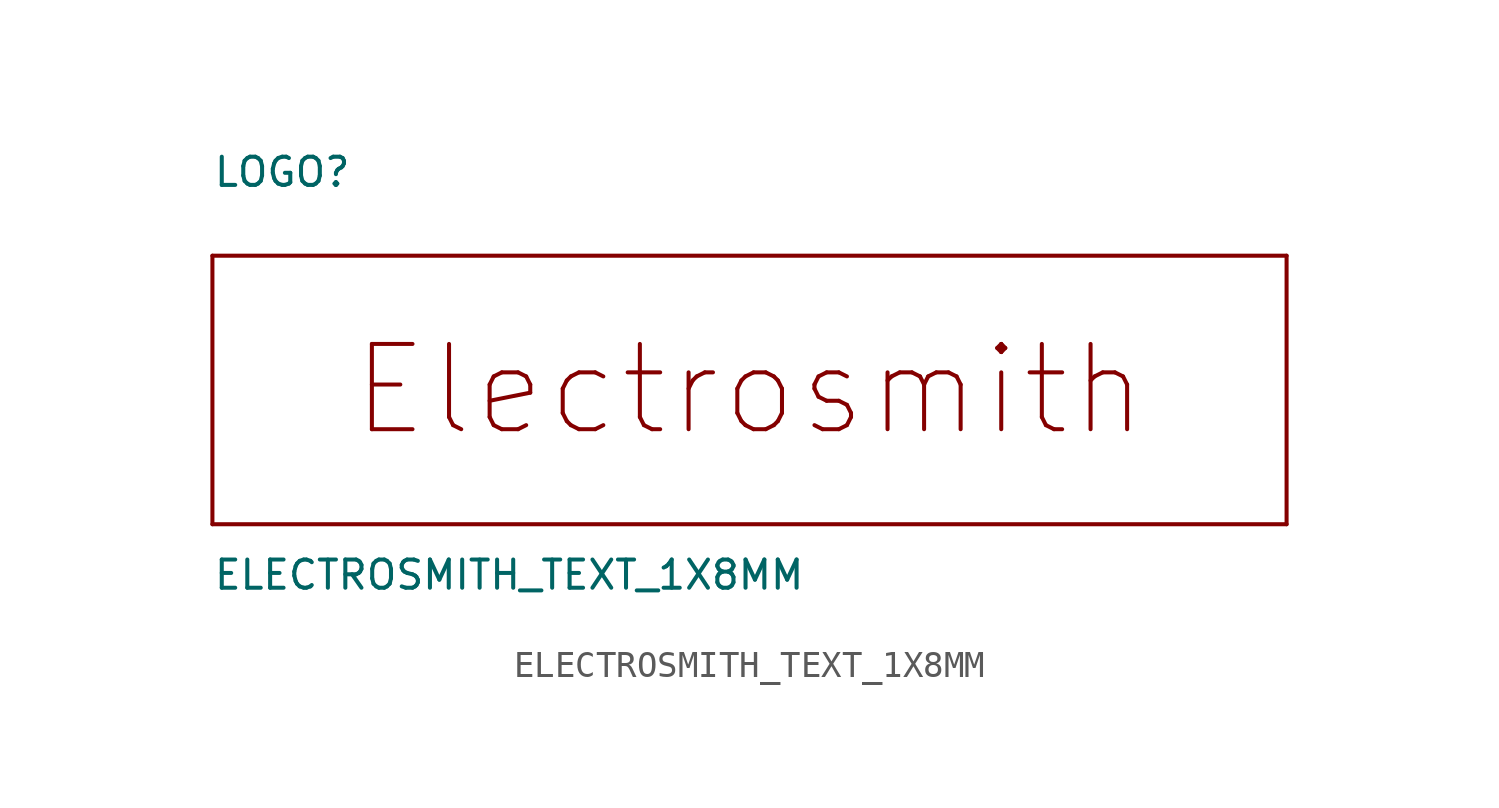
<source format=kicad_sym>
(kicad_symbol_lib
  (version 20211014)
  (generator kicad_symbol_editor)
  (symbol "ELECTROSMITH_TEXT_1X8MM"
    (pin_names
      (offset 1.016))
    (property "Reference" "LOGO"
      (at -20.32 7.62 0)
      (effects (font (size 1.067 1.067)) (justify left bottom)))
    (property "Value" "ELECTROSMITH_TEXT_1X8MM"
      (at -20.32 -7.62 0)
      (effects (font (size 1.067 1.067)) (justify left bottom)))
    (property "ki_locked" ""
      (at 0 0 0)
      (effects (font (size 1.27 1.27))))
    (symbol "ELECTROSMITH_TEXT_1X8MM_1_0"
      (polyline (pts (xy -20.32 -5.08) (xy -20.32 5.08)) (stroke (width 0) (type default) (color 0 0 0 0)) (fill (type none)))
      (polyline (pts (xy -20.32 5.08) (xy 20.32 5.08)) (stroke (width 0) (type default) (color 0 0 0 0)) (fill (type none)))
      (polyline (pts (xy 20.32 -5.08) (xy -20.32 -5.08)) (stroke (width 0) (type default) (color 0 0 0 0)) (fill (type none)))
      (polyline (pts (xy 20.32 5.08) (xy 20.32 -5.08)) (stroke (width 0) (type default) (color 0 0 0 0)) (fill (type none)))
      (text "Electrosmith" (at 0 0 0) (effects (font (size 3.226 3.226)))))))
</source>
